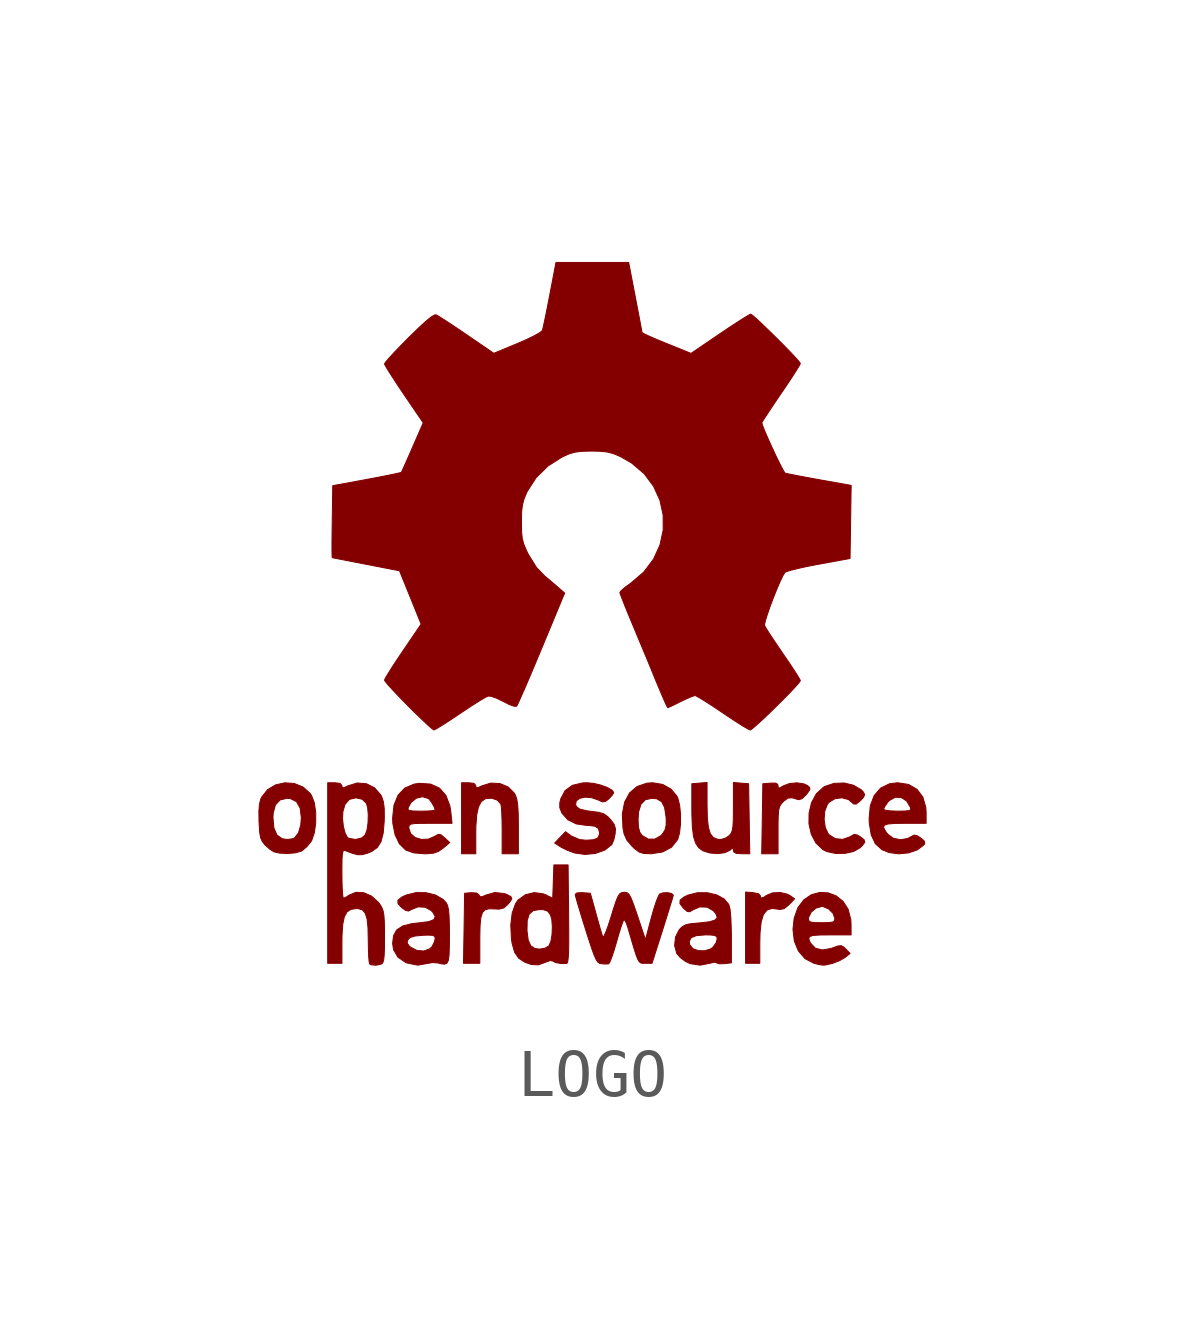
<source format=kicad_sym>
(kicad_symbol_lib
  (version 20220914)
  (generator "bitmap2component")
  (generator_version "8.0")
  (symbol "LOGO"
    (pin_names
      (offset 1.016))
    (property "Reference" "#G"
      (at 0 9.381 0)
      (effects (font (size 1.27 1.27)) hide))
    (symbol "LOGO_0_0"
      (polyline (pts (xy -4.378 -7.328) (xy -4.375 -7.327) (xy -4.348 -7.303) (xy -4.329 -7.247) (xy -4.318 -7.148) (xy -4.312 -6.991) (xy -4.311 -6.764) (xy -4.311 -6.635) (xy -4.314 -6.445) (xy -4.323 -6.313) (xy -4.34 -6.22) (xy -4.367 -6.149) (xy -4.407 -6.082) (xy -4.439 -6.04) (xy -4.581 -5.912) (xy -4.744 -5.841) (xy -4.908 -5.833) (xy -5.053 -5.894) (xy -5.112 -5.934) (xy -5.167 -5.958) (xy -5.167 -5.958) (xy -5.179 -5.915) (xy -5.189 -5.805) (xy -5.196 -5.644) (xy -5.198 -5.447) (xy -5.198 -5.322) (xy -5.196 -5.147) (xy -5.189 -5.037) (xy -5.176 -4.979) (xy -5.155 -4.959) (xy -5.124 -4.966) (xy -4.973 -5.023) (xy -4.864 -5.05) (xy -4.774 -5.048) (xy -4.671 -5.02) (xy -4.577 -4.982) (xy -4.46 -4.898) (xy -4.383 -4.776) (xy -4.338 -4.599) (xy -4.317 -4.354) (xy -4.315 -4.285) (xy -4.316 -4.088) (xy -4.334 -3.946) (xy -4.371 -3.838) (xy -4.39 -3.802) (xy -4.518 -3.655) (xy -4.687 -3.571) (xy -4.879 -3.555) (xy -5.074 -3.615) (xy -5.15 -3.651) (xy -5.19 -3.654) (xy -5.198 -3.615) (xy -5.199 -3.607) (xy -5.238 -3.563) (xy -5.346 -3.55) (xy -5.494 -3.55) (xy -5.494 -4.303) (xy -5.185 -4.303) (xy -5.178 -4.154) (xy -5.136 -4.005) (xy -5.052 -3.906) (xy -5.027 -3.892) (xy -4.9 -3.865) (xy -4.776 -3.894) (xy -4.69 -3.975) (xy -4.662 -4.067) (xy -4.649 -4.218) (xy -4.654 -4.386) (xy -4.676 -4.538) (xy -4.715 -4.639) (xy -4.786 -4.7) (xy -4.916 -4.732) (xy -5.06 -4.706) (xy -5.086 -4.686) (xy -5.133 -4.595) (xy -5.168 -4.458) (xy -5.185 -4.303) (xy -5.494 -4.303) (xy -5.494 -5.431) (xy -5.494 -7.311) (xy -5.346 -7.311) (xy -5.198 -7.311) (xy -5.198 -6.892) (xy -5.196 -6.728) (xy -5.181 -6.501) (xy -5.148 -6.342) (xy -5.092 -6.241) (xy -5.009 -6.187) (xy -4.894 -6.171) (xy -4.857 -6.173) (xy -4.771 -6.199) (xy -4.712 -6.268) (xy -4.674 -6.388) (xy -4.655 -6.571) (xy -4.649 -6.828) (xy -4.647 -6.992) (xy -4.641 -7.157) (xy -4.632 -7.274) (xy -4.621 -7.325) (xy -4.588 -7.343) (xy -4.489 -7.352) (xy -4.378 -7.328)) (stroke (width 0.01) (type default)) (fill (type outline)))
      (polyline (pts (xy -3.408 -7.314) (xy -3.31 -7.296) (xy -3.183 -7.307) (xy -3.132 -7.321) (xy -3.061 -7.33) (xy -3.012 -7.311) (xy -2.982 -7.253) (xy -2.966 -7.143) (xy -2.96 -6.971) (xy -2.958 -6.726) (xy -2.96 -6.504) (xy -2.966 -6.319) (xy -2.978 -6.192) (xy -2.998 -6.106) (xy -3.027 -6.048) (xy -3.092 -5.979) (xy -3.251 -5.888) (xy -3.449 -5.84) (xy -3.661 -5.84) (xy -3.863 -5.891) (xy -3.955 -5.935) (xy -4.032 -6) (xy -4.029 -6.07) (xy -3.951 -6.153) (xy -3.871 -6.21) (xy -3.81 -6.223) (xy -3.744 -6.189) (xy -3.613 -6.136) (xy -3.463 -6.143) (xy -3.336 -6.215) (xy -3.301 -6.253) (xy -3.254 -6.339) (xy -3.282 -6.401) (xy -3.386 -6.443) (xy -3.572 -6.467) (xy -3.74 -6.485) (xy -3.93 -6.534) (xy -4.054 -6.614) (xy -4.122 -6.733) (xy -4.14 -6.884) (xy -3.841 -6.884) (xy -3.82 -6.817) (xy -3.772 -6.772) (xy -3.675 -6.743) (xy -3.514 -6.728) (xy -3.401 -6.724) (xy -3.307 -6.729) (xy -3.264 -6.751) (xy -3.254 -6.793) (xy -3.27 -6.864) (xy -3.32 -6.964) (xy -3.372 -7.013) (xy -3.494 -7.056) (xy -3.636 -7.043) (xy -3.767 -6.976) (xy -3.801 -6.946) (xy -3.841 -6.884) (xy -4.14 -6.884) (xy -4.142 -6.898) (xy -4.122 -7.029) (xy -4.031 -7.184) (xy -3.872 -7.293) (xy -3.84 -7.306) (xy -3.619 -7.35) (xy -3.408 -7.314)) (stroke (width 0.01) (type default)) (fill (type outline)))
      (polyline (pts (xy -0.954 -7.289) (xy -0.949 -7.286) (xy -0.857 -7.254) (xy -0.806 -7.264) (xy -0.751 -7.295) (xy -0.643 -7.315) (xy -0.517 -7.316) (xy -0.509 -7.312) (xy -0.494 -7.277) (xy -0.483 -7.199) (xy -0.476 -7.069) (xy -0.472 -6.879) (xy -0.472 -6.621) (xy -0.475 -6.287) (xy -0.486 -5.262) (xy -0.634 -5.262) (xy -0.782 -5.262) (xy -0.794 -5.611) (xy -0.806 -5.959) (xy -0.938 -5.891) (xy -1.007 -5.863) (xy -1.194 -5.839) (xy -1.376 -5.884) (xy -1.526 -5.992) (xy -1.581 -6.071) (xy -1.651 -6.266) (xy -1.68 -6.513) (xy -1.675 -6.621) (xy -1.342 -6.621) (xy -1.338 -6.42) (xy -1.296 -6.287) (xy -1.211 -6.214) (xy -1.078 -6.191) (xy -0.999 -6.195) (xy -0.912 -6.225) (xy -0.855 -6.297) (xy -0.826 -6.395) (xy -0.814 -6.545) (xy -0.82 -6.709) (xy -0.844 -6.854) (xy -0.885 -6.949) (xy -0.885 -6.949) (xy -0.965 -6.996) (xy -1.078 -7.016) (xy -1.179 -7.003) (xy -1.265 -6.945) (xy -1.317 -6.829) (xy -1.341 -6.642) (xy -1.342 -6.621) (xy -1.675 -6.621) (xy -1.667 -6.8) (xy -1.653 -6.895) (xy -1.6 -7.081) (xy -1.513 -7.208) (xy -1.381 -7.292) (xy -1.251 -7.337) (xy -1.105 -7.344) (xy -0.954 -7.289)) (stroke (width 0.01) (type default)) (fill (type outline)))
      (polyline (pts (xy 0.359 -7.323) (xy 0.381 -7.292) (xy 0.421 -7.195) (xy 0.471 -7.047) (xy 0.524 -6.865) (xy 0.567 -6.715) (xy 0.616 -6.558) (xy 0.654 -6.448) (xy 0.677 -6.402) (xy 0.687 -6.405) (xy 0.721 -6.459) (xy 0.758 -6.563) (xy 0.827 -6.799) (xy 0.886 -7) (xy 0.931 -7.14) (xy 0.967 -7.231) (xy 0.998 -7.282) (xy 1.031 -7.306) (xy 1.07 -7.312) (xy 1.121 -7.311) (xy 1.263 -7.311) (xy 1.481 -6.625) (xy 1.537 -6.447) (xy 1.602 -6.238) (xy 1.655 -6.067) (xy 1.691 -5.948) (xy 1.705 -5.896) (xy 1.705 -5.89) (xy 1.667 -5.856) (xy 1.584 -5.84) (xy 1.49 -5.844) (xy 1.42 -5.871) (xy 1.395 -5.913) (xy 1.351 -6.023) (xy 1.299 -6.181) (xy 1.246 -6.369) (xy 1.126 -6.821) (xy 0.961 -6.327) (xy 0.929 -6.231) (xy 0.866 -6.053) (xy 0.819 -5.937) (xy 0.779 -5.87) (xy 0.741 -5.84) (xy 0.696 -5.832) (xy 0.686 -5.832) (xy 0.634 -5.838) (xy 0.594 -5.86) (xy 0.556 -5.913) (xy 0.516 -6.009) (xy 0.465 -6.16) (xy 0.397 -6.38) (xy 0.347 -6.535) (xy 0.296 -6.671) (xy 0.258 -6.751) (xy 0.236 -6.762) (xy 0.224 -6.725) (xy 0.191 -6.616) (xy 0.146 -6.459) (xy 0.095 -6.276) (xy -0.022 -5.853) (xy -0.18 -5.84) (xy -0.196 -5.839) (xy -0.3 -5.845) (xy -0.338 -5.875) (xy -0.331 -5.911) (xy -0.301 -6.019) (xy -0.253 -6.181) (xy -0.191 -6.385) (xy -0.119 -6.615) (xy -0.066 -6.783) (xy 0.002 -6.99) (xy 0.054 -7.135) (xy 0.096 -7.229) (xy 0.132 -7.284) (xy 0.167 -7.311) (xy 0.209 -7.321) (xy 0.288 -7.327) (xy 0.359 -7.323)) (stroke (width 0.01) (type default)) (fill (type outline)))
      (polyline (pts (xy 2.479 -7.309) (xy 2.481 -7.308) (xy 2.567 -7.288) (xy 2.61 -7.3) (xy 2.612 -7.305) (xy 2.668 -7.322) (xy 2.769 -7.319) (xy 2.916 -7.302) (xy 2.916 -6.747) (xy 2.914 -6.615) (xy 2.905 -6.365) (xy 2.888 -6.186) (xy 2.862 -6.086) (xy 2.766 -5.972) (xy 2.609 -5.886) (xy 2.416 -5.841) (xy 2.209 -5.841) (xy 2.011 -5.891) (xy 1.929 -5.93) (xy 1.848 -5.995) (xy 1.844 -6.068) (xy 1.913 -6.159) (xy 1.922 -6.168) (xy 1.994 -6.23) (xy 2.048 -6.238) (xy 2.118 -6.197) (xy 2.259 -6.137) (xy 2.411 -6.142) (xy 2.538 -6.215) (xy 2.592 -6.277) (xy 2.622 -6.354) (xy 2.58 -6.409) (xy 2.463 -6.446) (xy 2.265 -6.469) (xy 2.226 -6.472) (xy 2.066 -6.487) (xy 1.963 -6.51) (xy 1.893 -6.548) (xy 1.833 -6.608) (xy 1.828 -6.613) (xy 1.752 -6.765) (xy 1.742 -6.86) (xy 2.038 -6.86) (xy 2.076 -6.78) (xy 2.186 -6.735) (xy 2.372 -6.72) (xy 2.477 -6.721) (xy 2.57 -6.731) (xy 2.611 -6.757) (xy 2.62 -6.804) (xy 2.599 -6.881) (xy 2.536 -6.973) (xy 2.483 -7.013) (xy 2.359 -7.051) (xy 2.226 -7.048) (xy 2.113 -7.006) (xy 2.048 -6.926) (xy 2.038 -6.86) (xy 1.742 -6.86) (xy 1.733 -6.942) (xy 1.778 -7.105) (xy 1.782 -7.113) (xy 1.854 -7.194) (xy 1.957 -7.271) (xy 2.054 -7.318) (xy 2.263 -7.351) (xy 2.479 -7.309)) (stroke (width 0.01) (type default)) (fill (type outline)))
      (polyline (pts (xy 4.87 -7.348) (xy 5.017 -7.315) (xy 5.171 -7.256) (xy 5.29 -7.186) (xy 5.388 -7.105) (xy 5.298 -7.013) (xy 5.256 -6.973) (xy 5.204 -6.944) (xy 5.136 -6.951) (xy 5.021 -6.992) (xy 4.991 -7.003) (xy 4.81 -7.034) (xy 4.665 -6.997) (xy 4.567 -6.894) (xy 4.545 -6.851) (xy 4.528 -6.791) (xy 4.55 -6.752) (xy 4.623 -6.731) (xy 4.758 -6.722) (xy 4.966 -6.72) (xy 5.41 -6.72) (xy 5.409 -6.498) (xy 5.404 -6.401) (xy 5.348 -6.186) (xy 5.242 -6.021) (xy 5.098 -5.906) (xy 4.932 -5.844) (xy 4.755 -5.836) (xy 4.582 -5.883) (xy 4.427 -5.988) (xy 4.303 -6.15) (xy 4.224 -6.373) (xy 4.223 -6.382) (xy 4.522 -6.382) (xy 4.525 -6.354) (xy 4.578 -6.247) (xy 4.679 -6.162) (xy 4.797 -6.128) (xy 4.827 -6.13) (xy 4.943 -6.18) (xy 5.035 -6.273) (xy 5.072 -6.382) (xy 5.064 -6.425) (xy 5.028 -6.452) (xy 4.946 -6.463) (xy 4.797 -6.466) (xy 4.655 -6.464) (xy 4.569 -6.453) (xy 4.531 -6.427) (xy 4.522 -6.382) (xy 4.223 -6.382) (xy 4.199 -6.604) (xy 4.227 -6.849) (xy 4.313 -7.056) (xy 4.449 -7.214) (xy 4.632 -7.31) (xy 4.732 -7.336) (xy 4.818 -7.35) (xy 4.87 -7.348)) (stroke (width 0.01) (type default)) (fill (type outline)))
      (polyline (pts (xy -2.325 -6.807) (xy -2.325 -6.767) (xy -2.32 -6.529) (xy -2.304 -6.362) (xy -2.271 -6.255) (xy -2.215 -6.197) (xy -2.131 -6.175) (xy -2.013 -6.179) (xy -1.92 -6.183) (xy -1.827 -6.159) (xy -1.746 -6.088) (xy -1.7 -6.035) (xy -1.658 -5.967) (xy -1.676 -5.924) (xy -1.756 -5.881) (xy -1.812 -5.859) (xy -2.012 -5.837) (xy -2.205 -5.892) (xy -2.261 -5.919) (xy -2.315 -5.927) (xy -2.342 -5.889) (xy -2.386 -5.849) (xy -2.504 -5.84) (xy -2.642 -5.853) (xy -2.653 -6.582) (xy -2.665 -7.311) (xy -2.495 -7.311) (xy -2.325 -7.311) (xy -2.325 -6.807)) (stroke (width 0.01) (type default)) (fill (type outline)))
      (polyline (pts (xy 3.508 -6.895) (xy 3.513 -6.677) (xy 3.537 -6.45) (xy 3.583 -6.295) (xy 3.658 -6.203) (xy 3.763 -6.169) (xy 3.902 -6.186) (xy 3.927 -6.191) (xy 4.016 -6.173) (xy 4.117 -6.09) (xy 4.233 -5.968) (xy 4.136 -5.9) (xy 4.083 -5.872) (xy 3.934 -5.837) (xy 3.777 -5.844) (xy 3.653 -5.894) (xy 3.592 -5.936) (xy 3.529 -5.953) (xy 3.518 -5.906) (xy 3.519 -5.901) (xy 3.48 -5.862) (xy 3.37 -5.84) (xy 3.212 -5.827) (xy 3.212 -6.569) (xy 3.212 -7.311) (xy 3.36 -7.311) (xy 3.508 -7.311) (xy 3.508 -6.895)) (stroke (width 0.01) (type default)) (fill (type outline)))
      (polyline (pts (xy 0.087 -5.022) (xy 0.278 -4.953) (xy 0.419 -4.843) (xy 0.427 -4.832) (xy 0.467 -4.738) (xy 0.494 -4.614) (xy 0.501 -4.51) (xy 0.473 -4.416) (xy 0.393 -4.311) (xy 0.343 -4.259) (xy 0.262 -4.2) (xy 0.159 -4.167) (xy 0.002 -4.147) (xy -0.092 -4.135) (xy -0.238 -4.101) (xy -0.31 -4.05) (xy -0.33 -4.003) (xy -0.315 -3.927) (xy -0.242 -3.874) (xy -0.13 -3.85) (xy 0.004 -3.861) (xy 0.144 -3.91) (xy 0.227 -3.948) (xy 0.291 -3.942) (xy 0.366 -3.882) (xy 0.369 -3.879) (xy 0.437 -3.805) (xy 0.465 -3.755) (xy 0.43 -3.705) (xy 0.333 -3.65) (xy 0.199 -3.6) (xy 0.049 -3.564) (xy -0.093 -3.55) (xy -0.185 -3.554) (xy -0.397 -3.604) (xy -0.547 -3.713) (xy -0.636 -3.879) (xy -0.659 -3.967) (xy -0.659 -4.071) (xy -0.615 -4.181) (xy -0.609 -4.19) (xy -0.491 -4.321) (xy -0.318 -4.407) (xy -0.111 -4.438) (xy -0.073 -4.438) (xy 0.07 -4.455) (xy 0.146 -4.503) (xy 0.169 -4.588) (xy 0.165 -4.635) (xy 0.129 -4.704) (xy 0.041 -4.738) (xy -0.114 -4.747) (xy -0.248 -4.734) (xy -0.419 -4.659) (xy -0.539 -4.57) (xy -0.652 -4.688) (xy -0.765 -4.806) (xy -0.647 -4.883) (xy -0.631 -4.893) (xy -0.502 -4.957) (xy -0.36 -5.01) (xy -0.347 -5.014) (xy -0.13 -5.044) (xy 0.087 -5.022)) (stroke (width 0.01) (type default)) (fill (type outline)))
      (polyline (pts (xy -6.17 -5.011) (xy -6.045 -4.975) (xy -6.029 -4.966) (xy -5.933 -4.886) (xy -5.844 -4.779) (xy -5.827 -4.751) (xy -5.772 -4.59) (xy -5.744 -4.385) (xy -5.744 -4.168) (xy -5.773 -3.968) (xy -5.831 -3.816) (xy -5.861 -3.771) (xy -6.008 -3.639) (xy -6.19 -3.566) (xy -6.386 -3.551) (xy -6.578 -3.594) (xy -6.746 -3.693) (xy -6.87 -3.85) (xy -6.888 -3.89) (xy -6.916 -3.998) (xy -6.928 -4.146) (xy -6.926 -4.276) (xy -6.635 -4.276) (xy -6.63 -4.181) (xy -6.583 -4.011) (xy -6.486 -3.908) (xy -6.34 -3.874) (xy -6.269 -3.881) (xy -6.144 -3.944) (xy -6.069 -4.076) (xy -6.044 -4.276) (xy -6.055 -4.429) (xy -6.104 -4.597) (xy -6.187 -4.701) (xy -6.239 -4.72) (xy -6.34 -4.732) (xy -6.444 -4.716) (xy -6.552 -4.638) (xy -6.615 -4.493) (xy -6.635 -4.276) (xy -6.926 -4.276) (xy -6.925 -4.355) (xy -6.921 -4.432) (xy -6.91 -4.593) (xy -6.89 -4.699) (xy -6.857 -4.774) (xy -6.804 -4.84) (xy -6.797 -4.849) (xy -6.7 -4.934) (xy -6.614 -4.989) (xy -6.501 -5.016) (xy -6.335 -5.024) (xy -6.17 -5.011)) (stroke (width 0.01) (type default)) (fill (type outline)))
      (polyline (pts (xy -3.422 -5.029) (xy -3.286 -5.016) (xy -3.187 -4.981) (xy -3.091 -4.913) (xy -2.952 -4.797) (xy -3.058 -4.697) (xy -3.058 -4.697) (xy -3.135 -4.633) (xy -3.19 -4.625) (xy -3.261 -4.665) (xy -3.396 -4.725) (xy -3.542 -4.731) (xy -3.673 -4.691) (xy -3.767 -4.609) (xy -3.804 -4.494) (xy -3.803 -4.467) (xy -3.793 -4.433) (xy -3.757 -4.411) (xy -3.683 -4.4) (xy -3.553 -4.396) (xy -3.354 -4.395) (xy -2.904 -4.395) (xy -2.929 -4.16) (xy -2.949 -4.032) (xy -3.031 -3.815) (xy -3.165 -3.663) (xy -3.349 -3.578) (xy -3.582 -3.562) (xy -3.694 -3.578) (xy -3.888 -3.661) (xy -4.028 -3.808) (xy -4.113 -4.017) (xy -4.123 -4.107) (xy -3.822 -4.107) (xy -3.817 -4.068) (xy -3.759 -3.963) (xy -3.649 -3.873) (xy -3.521 -3.841) (xy -3.398 -3.878) (xy -3.385 -3.889) (xy -3.329 -3.96) (xy -3.277 -4.05) (xy -3.254 -4.118) (xy -3.255 -4.119) (xy -3.298 -4.13) (xy -3.403 -4.139) (xy -3.549 -4.142) (xy -3.562 -4.142) (xy -3.711 -4.139) (xy -3.792 -4.129) (xy -3.822 -4.107) (xy -4.123 -4.107) (xy -4.142 -4.287) (xy -4.137 -4.401) (xy -4.09 -4.636) (xy -3.999 -4.824) (xy -3.871 -4.949) (xy -3.862 -4.955) (xy -3.704 -5.011) (xy -3.485 -5.029) (xy -3.422 -5.029)) (stroke (width 0.01) (type default)) (fill (type outline)))
      (polyline (pts (xy -2.409 -4.613) (xy -2.407 -4.455) (xy -2.39 -4.219) (xy -2.353 -4.052) (xy -2.296 -3.944) (xy -2.214 -3.886) (xy -2.2 -3.881) (xy -2.073 -3.873) (xy -1.957 -3.914) (xy -1.887 -3.994) (xy -1.877 -4.049) (xy -1.868 -4.175) (xy -1.862 -4.347) (xy -1.86 -4.547) (xy -1.86 -5.029) (xy -1.691 -5.029) (xy -1.522 -5.029) (xy -1.522 -4.478) (xy -1.522 -4.445) (xy -1.525 -4.194) (xy -1.536 -4.012) (xy -1.556 -3.886) (xy -1.586 -3.802) (xy -1.606 -3.767) (xy -1.734 -3.639) (xy -1.905 -3.567) (xy -2.095 -3.557) (xy -2.284 -3.615) (xy -2.36 -3.651) (xy -2.401 -3.654) (xy -2.409 -3.615) (xy -2.409 -3.607) (xy -2.448 -3.563) (xy -2.557 -3.55) (xy -2.705 -3.55) (xy -2.705 -4.29) (xy -2.705 -5.029) (xy -2.557 -5.029) (xy -2.409 -5.029) (xy -2.409 -4.613)) (stroke (width 0.01) (type default)) (fill (type outline)))
      (polyline (pts (xy 1.248 -5.029) (xy 1.483 -4.992) (xy 1.668 -4.894) (xy 1.794 -4.737) (xy 1.797 -4.732) (xy 1.836 -4.597) (xy 1.856 -4.411) (xy 1.857 -4.207) (xy 1.837 -4.015) (xy 1.799 -3.867) (xy 1.781 -3.83) (xy 1.659 -3.683) (xy 1.484 -3.585) (xy 1.276 -3.55) (xy 1.157 -3.559) (xy 0.952 -3.628) (xy 0.796 -3.761) (xy 0.692 -3.953) (xy 0.644 -4.198) (xy 0.649 -4.316) (xy 0.972 -4.316) (xy 0.982 -4.159) (xy 1.031 -3.998) (xy 1.124 -3.904) (xy 1.263 -3.874) (xy 1.363 -3.885) (xy 1.463 -3.945) (xy 1.525 -4.066) (xy 1.554 -4.257) (xy 1.557 -4.295) (xy 1.557 -4.435) (xy 1.534 -4.532) (xy 1.48 -4.617) (xy 1.449 -4.651) (xy 1.322 -4.724) (xy 1.183 -4.724) (xy 1.056 -4.649) (xy 1.008 -4.582) (xy 0.98 -4.477) (xy 0.972 -4.316) (xy 0.649 -4.316) (xy 0.657 -4.491) (xy 0.68 -4.614) (xy 0.738 -4.744) (xy 0.846 -4.871) (xy 0.9 -4.923) (xy 0.992 -4.993) (xy 1.089 -5.023) (xy 1.231 -5.029) (xy 1.248 -5.029)) (stroke (width 0.01) (type default)) (fill (type outline)))
      (polyline (pts (xy 3.287 -4.3) (xy 3.275 -3.571) (xy 3.117 -3.558) (xy 2.958 -3.545) (xy 2.958 -4.055) (xy 2.958 -4.116) (xy 2.956 -4.317) (xy 2.949 -4.455) (xy 2.934 -4.545) (xy 2.91 -4.604) (xy 2.874 -4.649) (xy 2.795 -4.704) (xy 2.694 -4.733) (xy 2.631 -4.728) (xy 2.541 -4.692) (xy 2.477 -4.613) (xy 2.437 -4.481) (xy 2.415 -4.285) (xy 2.409 -4.015) (xy 2.409 -3.545) (xy 2.251 -3.558) (xy 2.092 -3.571) (xy 2.092 -4.099) (xy 2.093 -4.218) (xy 2.103 -4.477) (xy 2.127 -4.668) (xy 2.17 -4.806) (xy 2.232 -4.901) (xy 2.32 -4.966) (xy 2.326 -4.969) (xy 2.465 -5.013) (xy 2.626 -5.026) (xy 2.776 -5.008) (xy 2.881 -4.959) (xy 2.92 -4.926) (xy 2.952 -4.913) (xy 2.958 -4.959) (xy 2.964 -4.989) (xy 3.014 -5.02) (xy 3.128 -5.029) (xy 3.299 -5.029) (xy 3.287 -4.3)) (stroke (width 0.01) (type default)) (fill (type outline)))
      (polyline (pts (xy 3.888 -4.541) (xy 3.888 -4.406) (xy 3.892 -4.237) (xy 3.901 -4.124) (xy 3.919 -4.05) (xy 3.95 -3.996) (xy 3.996 -3.945) (xy 4.018 -3.925) (xy 4.097 -3.869) (xy 4.183 -3.864) (xy 4.311 -3.902) (xy 4.316 -3.904) (xy 4.388 -3.882) (xy 4.477 -3.796) (xy 4.503 -3.763) (xy 4.55 -3.692) (xy 4.548 -3.65) (xy 4.501 -3.608) (xy 4.431 -3.575) (xy 4.283 -3.552) (xy 4.124 -3.567) (xy 3.992 -3.618) (xy 3.93 -3.656) (xy 3.895 -3.661) (xy 3.888 -3.616) (xy 3.882 -3.584) (xy 3.837 -3.557) (xy 3.73 -3.558) (xy 3.571 -3.571) (xy 3.56 -4.3) (xy 3.548 -5.029) (xy 3.718 -5.029) (xy 3.888 -5.029) (xy 3.888 -4.541)) (stroke (width 0.01) (type default)) (fill (type outline)))
      (polyline (pts (xy 5.284 -5.021) (xy 5.464 -4.981) (xy 5.598 -4.904) (xy 5.645 -4.858) (xy 5.696 -4.789) (xy 5.68 -4.736) (xy 5.599 -4.673) (xy 5.539 -4.638) (xy 5.474 -4.627) (xy 5.399 -4.668) (xy 5.387 -4.676) (xy 5.235 -4.73) (xy 5.079 -4.714) (xy 4.947 -4.63) (xy 4.934 -4.615) (xy 4.872 -4.483) (xy 4.848 -4.313) (xy 4.862 -4.14) (xy 4.917 -3.998) (xy 4.952 -3.956) (xy 5.073 -3.883) (xy 5.218 -3.864) (xy 5.357 -3.9) (xy 5.461 -3.99) (xy 5.464 -3.993) (xy 5.516 -3.994) (xy 5.606 -3.922) (xy 5.671 -3.85) (xy 5.692 -3.794) (xy 5.663 -3.74) (xy 5.623 -3.698) (xy 5.461 -3.602) (xy 5.263 -3.555) (xy 5.054 -3.563) (xy 4.861 -3.628) (xy 4.831 -3.645) (xy 4.684 -3.783) (xy 4.585 -3.968) (xy 4.534 -4.183) (xy 4.532 -4.406) (xy 4.58 -4.621) (xy 4.678 -4.807) (xy 4.826 -4.946) (xy 4.908 -4.985) (xy 5.088 -5.023) (xy 5.284 -5.021)) (stroke (width 0.01) (type default)) (fill (type outline)))
      (polyline (pts (xy 6.608 -5.011) (xy 6.791 -4.948) (xy 6.925 -4.846) (xy 6.946 -4.814) (xy 6.934 -4.764) (xy 6.858 -4.699) (xy 6.788 -4.654) (xy 6.723 -4.64) (xy 6.658 -4.674) (xy 6.588 -4.712) (xy 6.437 -4.737) (xy 6.287 -4.705) (xy 6.173 -4.622) (xy 6.124 -4.555) (xy 6.087 -4.483) (xy 6.101 -4.437) (xy 6.173 -4.41) (xy 6.314 -4.398) (xy 6.53 -4.395) (xy 6.973 -4.395) (xy 6.973 -4.173) (xy 6.967 -4.065) (xy 6.905 -3.849) (xy 6.783 -3.687) (xy 6.606 -3.585) (xy 6.38 -3.55) (xy 6.209 -3.572) (xy 6.026 -3.661) (xy 5.892 -3.815) (xy 5.81 -4.029) (xy 5.803 -4.105) (xy 6.086 -4.105) (xy 6.086 -4.103) (xy 6.113 -4.043) (xy 6.173 -3.957) (xy 6.206 -3.921) (xy 6.327 -3.853) (xy 6.453 -3.857) (xy 6.567 -3.93) (xy 6.649 -4.068) (xy 6.65 -4.071) (xy 6.653 -4.109) (xy 6.62 -4.13) (xy 6.534 -4.139) (xy 6.38 -4.142) (xy 6.37 -4.142) (xy 6.226 -4.136) (xy 6.125 -4.123) (xy 6.086 -4.105) (xy 5.803 -4.105) (xy 5.785 -4.297) (xy 5.789 -4.395) (xy 5.83 -4.639) (xy 5.916 -4.82) (xy 6.052 -4.944) (xy 6.202 -5.005) (xy 6.403 -5.031) (xy 6.608 -5.011)) (stroke (width 0.01) (type default)) (fill (type outline)))
      (polyline (pts (xy 3.339 -2.434) (xy 3.42 -2.366) (xy 3.538 -2.259) (xy 3.681 -2.125) (xy 3.835 -1.975) (xy 3.989 -1.822) (xy 4.13 -1.679) (xy 4.245 -1.556) (xy 4.324 -1.467) (xy 4.353 -1.423) (xy 4.348 -1.409) (xy 4.305 -1.335) (xy 4.226 -1.21) (xy 4.119 -1.049) (xy 3.993 -0.865) (xy 3.935 -0.779) (xy 3.813 -0.599) (xy 3.711 -0.445) (xy 3.64 -0.332) (xy 3.608 -0.275) (xy 3.607 -0.267) (xy 3.62 -0.19) (xy 3.66 -0.06) (xy 3.717 0.107) (xy 3.786 0.291) (xy 3.859 0.474) (xy 3.929 0.637) (xy 3.989 0.763) (xy 4.032 0.833) (xy 4.055 0.845) (xy 4.151 0.876) (xy 4.307 0.915) (xy 4.506 0.959) (xy 4.733 1.002) (xy 5.388 1.122) (xy 5.4 1.883) (xy 5.411 2.645) (xy 4.749 2.763) (xy 4.61 2.788) (xy 4.396 2.828) (xy 4.218 2.862) (xy 4.093 2.887) (xy 4.036 2.901) (xy 4.024 2.914) (xy 3.98 2.99) (xy 3.915 3.117) (xy 3.837 3.276) (xy 3.756 3.451) (xy 3.678 3.624) (xy 3.612 3.776) (xy 3.567 3.891) (xy 3.55 3.95) (xy 3.563 3.975) (xy 3.617 4.06) (xy 3.705 4.194) (xy 3.819 4.365) (xy 3.951 4.56) (xy 4.052 4.708) (xy 4.172 4.888) (xy 4.267 5.036) (xy 4.33 5.139) (xy 4.353 5.184) (xy 4.334 5.214) (xy 4.265 5.294) (xy 4.157 5.41) (xy 4.021 5.55) (xy 3.87 5.702) (xy 3.716 5.853) (xy 3.572 5.992) (xy 3.45 6.107) (xy 3.361 6.184) (xy 3.318 6.213) (xy 3.286 6.198) (xy 3.193 6.143) (xy 3.052 6.053) (xy 2.876 5.938) (xy 2.676 5.804) (xy 2.075 5.395) (xy 1.566 5.601) (xy 1.53 5.615) (xy 1.345 5.692) (xy 1.194 5.758) (xy 1.092 5.806) (xy 1.054 5.83) (xy 1.049 5.863) (xy 1.029 5.968) (xy 0.999 6.13) (xy 0.959 6.336) (xy 0.914 6.572) (xy 0.776 7.29) (xy 0.019 7.29) (xy -0.738 7.29) (xy -0.868 6.614) (xy -0.897 6.464) (xy -0.94 6.246) (xy -0.978 6.064) (xy -1.006 5.934) (xy -1.022 5.872) (xy -1.024 5.869) (xy -1.077 5.826) (xy -1.191 5.762) (xy -1.351 5.684) (xy -1.541 5.601) (xy -2.034 5.397) (xy -2.6 5.784) (xy -2.724 5.869) (xy -2.908 5.992) (xy -3.064 6.094) (xy -3.178 6.166) (xy -3.235 6.198) (xy -3.264 6.197) (xy -3.335 6.157) (xy -3.446 6.067) (xy -3.602 5.924) (xy -3.808 5.723) (xy -3.933 5.596) (xy -4.084 5.441) (xy -4.203 5.312) (xy -4.282 5.221) (xy -4.311 5.178) (xy -4.298 5.147) (xy -4.244 5.055) (xy -4.155 4.915) (xy -4.041 4.74) (xy -3.908 4.542) (xy -3.504 3.949) (xy -3.725 3.443) (xy -3.74 3.408) (xy -3.822 3.222) (xy -3.89 3.068) (xy -3.938 2.962) (xy -3.96 2.918) (xy -3.988 2.909) (xy -4.088 2.886) (xy -4.246 2.853) (xy -4.449 2.813) (xy -4.682 2.769) (xy -5.389 2.639) (xy -5.4 1.89) (xy -5.403 1.674) (xy -5.405 1.461) (xy -5.405 1.291) (xy -5.403 1.18) (xy -5.4 1.139) (xy -5.375 1.134) (xy -5.279 1.115) (xy -5.124 1.085) (xy -4.924 1.046) (xy -4.693 1.001) (xy -3.998 0.866) (xy -3.773 0.311) (xy -3.548 -0.245) (xy -3.929 -0.806) (xy -4.012 -0.929) (xy -4.131 -1.109) (xy -4.225 -1.258) (xy -4.288 -1.363) (xy -4.311 -1.412) (xy -4.296 -1.438) (xy -4.231 -1.517) (xy -4.122 -1.636) (xy -3.98 -1.786) (xy -3.815 -1.954) (xy -3.694 -2.075) (xy -3.539 -2.224) (xy -3.412 -2.344) (xy -3.322 -2.423) (xy -3.281 -2.451) (xy -3.27 -2.447) (xy -3.2 -2.408) (xy -3.078 -2.333) (xy -2.92 -2.23) (xy -2.737 -2.108) (xy -2.668 -2.062) (xy -2.487 -1.942) (xy -2.33 -1.843) (xy -2.214 -1.774) (xy -2.152 -1.744) (xy -2.087 -1.75) (xy -1.97 -1.791) (xy -1.834 -1.858) (xy -1.717 -1.918) (xy -1.613 -1.956) (xy -1.559 -1.956) (xy -1.554 -1.949) (xy -1.52 -1.88) (xy -1.46 -1.746) (xy -1.377 -1.557) (xy -1.277 -1.323) (xy -1.163 -1.053) (xy -1.04 -0.759) (xy -0.558 0.402) (xy -0.67 0.499) (xy -0.73 0.552) (xy -0.851 0.655) (xy -0.98 0.764) (xy -1.145 0.936) (xy -1.318 1.214) (xy -1.356 1.294) (xy -1.411 1.425) (xy -1.442 1.545) (xy -1.455 1.686) (xy -1.458 1.88) (xy -1.458 1.897) (xy -1.454 2.094) (xy -1.437 2.24) (xy -1.403 2.366) (xy -1.345 2.502) (xy -1.336 2.521) (xy -1.153 2.805) (xy -0.905 3.049) (xy -0.611 3.236) (xy -0.605 3.239) (xy -0.464 3.302) (xy -0.338 3.338) (xy -0.195 3.355) (xy 0 3.36) (xy 0.167 3.357) (xy 0.324 3.341) (xy 0.457 3.307) (xy 0.599 3.248) (xy 0.842 3.108) (xy 1.101 2.886) (xy 1.296 2.624) (xy 1.427 2.335) (xy 1.494 2.028) (xy 1.495 1.715) (xy 1.429 1.405) (xy 1.295 1.111) (xy 1.093 0.842) (xy 0.822 0.609) (xy 0.708 0.527) (xy 0.624 0.456) (xy 0.592 0.415) (xy 0.599 0.388) (xy 0.635 0.293) (xy 0.694 0.143) (xy 0.771 -0.047) (xy 0.862 -0.265) (xy 0.89 -0.332) (xy 1.008 -0.616) (xy 1.134 -0.917) (xy 1.253 -1.205) (xy 1.352 -1.448) (xy 1.378 -1.51) (xy 1.457 -1.697) (xy 1.522 -1.848) (xy 1.569 -1.95) (xy 1.591 -1.986) (xy 1.633 -1.969) (xy 1.73 -1.924) (xy 1.859 -1.859) (xy 1.988 -1.798) (xy 2.098 -1.751) (xy 2.158 -1.733) (xy 2.174 -1.738) (xy 2.253 -1.781) (xy 2.381 -1.86) (xy 2.545 -1.966) (xy 2.732 -2.092) (xy 2.824 -2.154) (xy 3.002 -2.271) (xy 3.151 -2.366) (xy 3.257 -2.428) (xy 3.308 -2.451) (xy 3.339 -2.434)) (stroke (width 0.01) (type default)) (fill (type outline))))))
</source>
